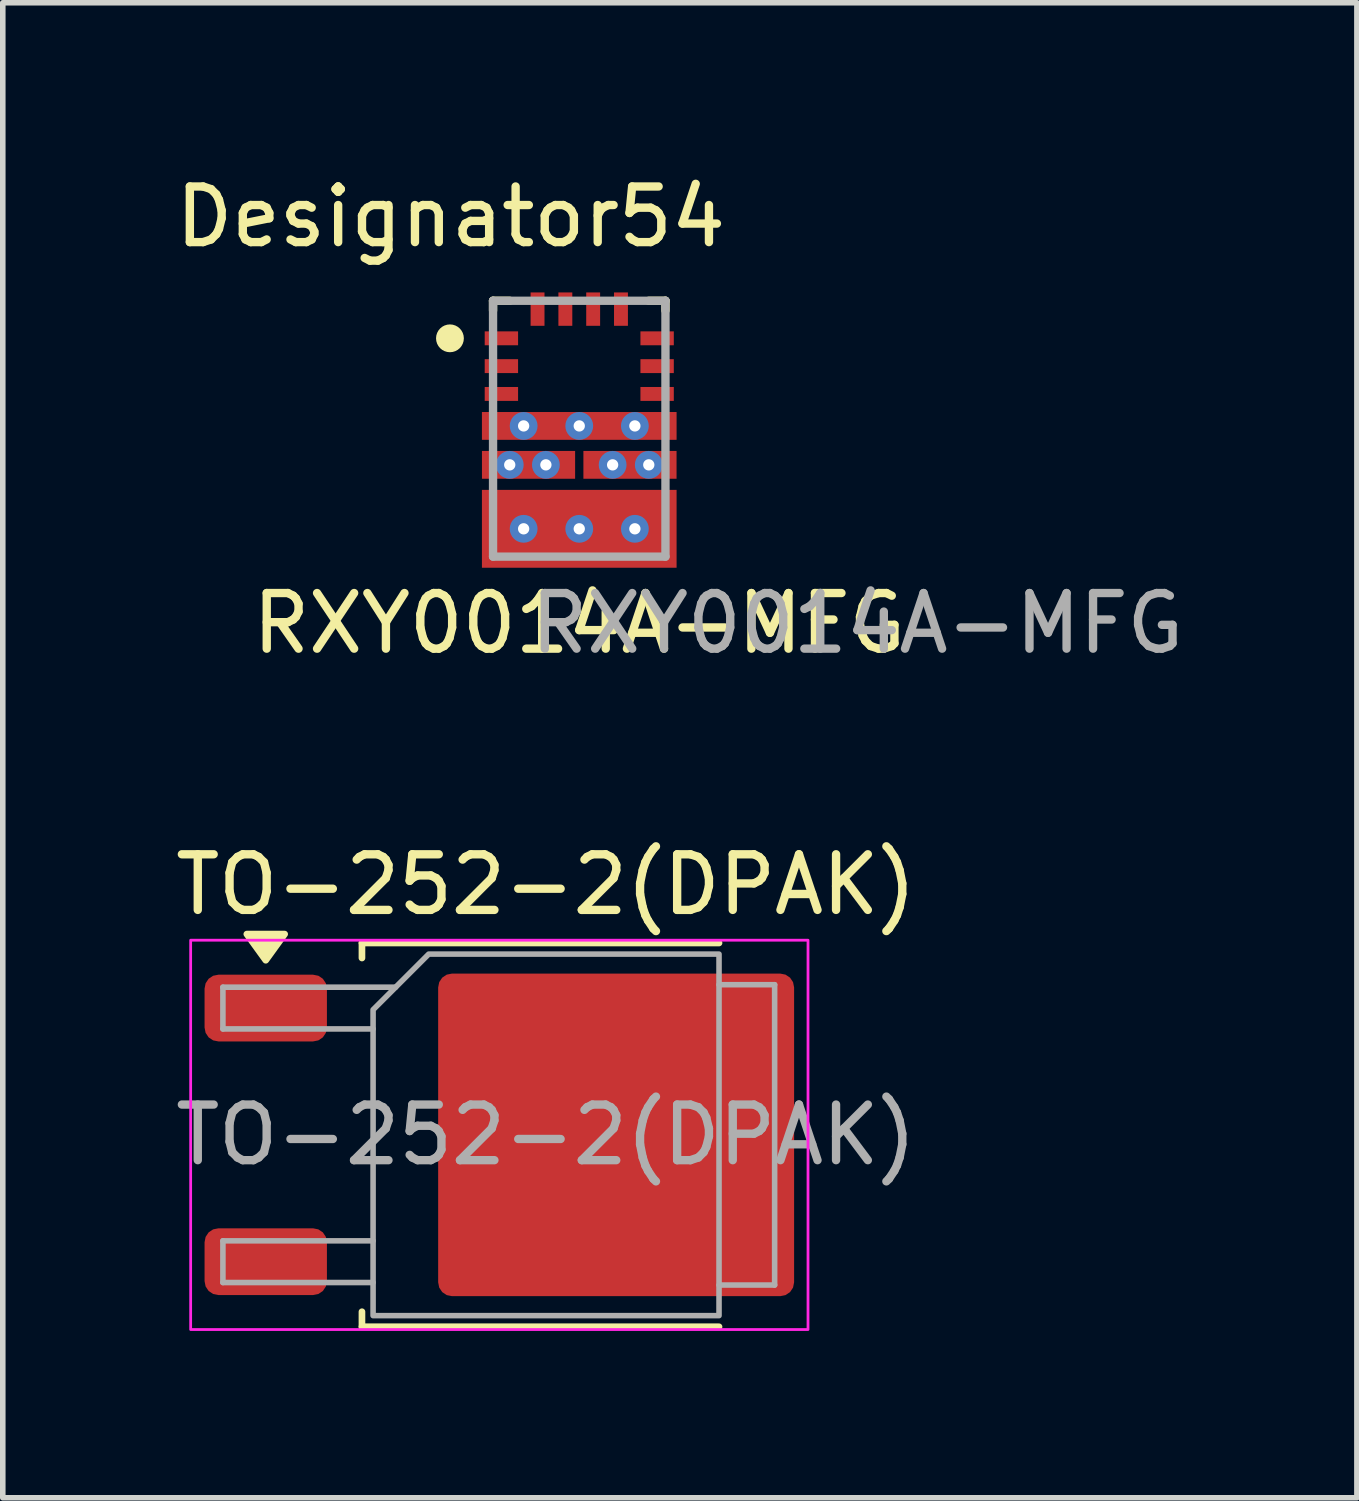
<source format=kicad_pcb>
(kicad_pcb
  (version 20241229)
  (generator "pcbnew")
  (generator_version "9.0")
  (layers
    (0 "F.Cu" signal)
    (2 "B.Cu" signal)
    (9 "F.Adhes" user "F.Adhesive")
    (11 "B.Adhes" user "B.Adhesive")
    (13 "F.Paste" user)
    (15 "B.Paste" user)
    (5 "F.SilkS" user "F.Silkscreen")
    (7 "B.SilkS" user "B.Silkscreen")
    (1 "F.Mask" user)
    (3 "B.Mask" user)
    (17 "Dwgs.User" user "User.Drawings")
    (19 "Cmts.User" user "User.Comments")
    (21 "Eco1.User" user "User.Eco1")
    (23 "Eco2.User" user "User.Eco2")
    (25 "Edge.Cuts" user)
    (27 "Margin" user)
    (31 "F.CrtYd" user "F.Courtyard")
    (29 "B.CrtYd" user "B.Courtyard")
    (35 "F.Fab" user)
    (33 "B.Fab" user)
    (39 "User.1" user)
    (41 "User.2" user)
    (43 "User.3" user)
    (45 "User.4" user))
  (footprint "TO-252-2(DPAK)"
    (layer "F.Cu")
    (at 6.768 17.355)
    (property "Reference" "TO-252-2(DPAK)" (at 0 -4.5 0) (layer "F.SilkS") (effects (font (size 1 1) (thickness 0.15))))
    (attr smd)
    (fp_line (start -3.31 -3.45) (end -3.31 -3.18) (stroke (width 0.12) (type solid)) (layer "F.SilkS"))
    (fp_line (start -3.31 3.45) (end -3.31 3.18) (stroke (width 0.12) (type solid)) (layer "F.SilkS"))
    (fp_line (start 3.11 -3.45) (end -3.31 -3.45) (stroke (width 0.12) (type solid)) (layer "F.SilkS"))
    (fp_line (start 3.11 3.45) (end -3.31 3.45) (stroke (width 0.12) (type solid)) (layer "F.SilkS"))
    (fp_poly (pts (xy -5.04 -3.14) (xy -5.38 -3.61) (xy -4.7 -3.61)) (stroke (width 0.12) (type solid)) (fill yes) (layer "F.SilkS"))
    (fp_rect (start -6.39 -3.5) (end 4.71 3.5) (stroke (width 0.05) (type solid)) (fill no) (layer "F.CrtYd"))
    (fp_line (start -5.81 -2.655) (end -5.81 -1.905) (stroke (width 0.1) (type solid)) (layer "F.Fab"))
    (fp_line (start -5.81 -1.905) (end -3.11 -1.905) (stroke (width 0.1) (type solid)) (layer "F.Fab"))
    (fp_line (start -5.81 1.905) (end -5.81 2.655) (stroke (width 0.1) (type solid)) (layer "F.Fab"))
    (fp_line (start -5.81 2.655) (end -3.11 2.655) (stroke (width 0.1) (type solid)) (layer "F.Fab"))
    (fp_line (start -3.11 1.905) (end -5.81 1.905) (stroke (width 0.1) (type solid)) (layer "F.Fab"))
    (fp_line (start -2.705 -2.655) (end -5.81 -2.655) (stroke (width 0.1) (type solid)) (layer "F.Fab"))
    (fp_line (start 3.11 -2.7) (end 4.11 -2.7) (stroke (width 0.1) (type solid)) (layer "F.Fab"))
    (fp_line (start 4.11 -2.7) (end 4.11 2.7) (stroke (width 0.1) (type solid)) (layer "F.Fab"))
    (fp_line (start 4.11 2.7) (end 3.11 2.7) (stroke (width 0.1) (type solid)) (layer "F.Fab"))
    (fp_poly (pts (xy 3.11 -3.25) (xy 3.11 3.25) (xy -3.11 3.25) (xy -3.11 -2.25) (xy -2.11 -3.25)) (stroke (width 0.1) (type solid)) (fill no) (layer "F.Fab"))
    (fp_text user "${REFERENCE}" (at 0 0 0) (layer "F.Fab") (effects (font (size 1 1) (thickness 0.15))))
    (pad "" smd roundrect (at -0.415 -1.525) (size 3.05 2.75) (layers "F.Paste") (roundrect_rratio 0.091))
    (pad "" smd roundrect (at -0.415 1.525) (size 3.05 2.75) (layers "F.Paste") (roundrect_rratio 0.091))
    (pad "" smd roundrect (at 2.935 -1.525) (size 3.05 2.75) (layers "F.Paste") (roundrect_rratio 0.091))
    (pad "" smd roundrect (at 2.935 1.525) (size 3.05 2.75) (layers "F.Paste") (roundrect_rratio 0.091))
    (pad "1" smd roundrect (at 1.26 0) (size 6.4 5.8) (layers "F.Cu" "F.Mask") (roundrect_rratio 0.043))
    (pad "2" smd roundrect (at -5.04 -2.28) (size 2.2 1.2) (layers "F.Cu" "F.Mask" "F.Paste") (roundrect_rratio 0.208))
    (pad "3" smd roundrect (at -5.04 2.28) (size 2.2 1.2) (layers "F.Cu" "F.Mask" "F.Paste") (roundrect_rratio 0.208)))
  (footprint "RXY0014A-MFG"
    (layer "F.Cu")
    (at 7.365 4.658)
    (property "Reference" "RXY0014A-MFG" (at 0 3.5 0) (unlocked yes) (layer "F.SilkS") (effects (font (size 1 1) (thickness 0.15))))
    (attr smd)
    (fp_poly (pts (xy -1.75 -1.2) (xy -1.65 -1.3) (xy -1.15 -1.3) (xy -1.05 -1.2) (xy -1.05 -1.05) (xy -1.15 -0.95) (xy -1.65 -0.95) (xy -1.75 -1.05)) (stroke (width 0) (type solid)) (fill yes) (layer "F.Mask"))
    (fp_poly (pts (xy -1.65 -0.8) (xy -1.15 -0.8) (xy -1.05 -0.7) (xy -1.05 -0.55) (xy -1.15 -0.45) (xy -1.65 -0.45) (xy -1.75 -0.55) (xy -1.75 -0.7)) (stroke (width 0) (type solid)) (fill yes) (layer "F.Mask"))
    (fp_poly (pts (xy -1.05 -1.7) (xy -1.05 -1.55) (xy -1.15 -1.45) (xy -1.65 -1.45) (xy -1.75 -1.55) (xy -1.75 -1.7) (xy -1.65 -1.8) (xy -1.15 -1.8)) (stroke (width 0) (type solid)) (fill yes) (layer "F.Mask"))
    (fp_poly (pts (xy -0.575 -2.4) (xy -0.575 -1.9) (xy -0.675 -1.8) (xy -0.825 -1.8) (xy -0.925 -1.9) (xy -0.925 -2.4) (xy -0.825 -2.5) (xy -0.675 -2.5)) (stroke (width 0) (type solid)) (fill yes) (layer "F.Mask"))
    (fp_poly (pts (xy -0.425 -1.9) (xy -0.425 -2.4) (xy -0.325 -2.5) (xy -0.175 -2.5) (xy -0.075 -2.4) (xy -0.075 -1.9) (xy -0.175 -1.8) (xy -0.325 -1.8)) (stroke (width 0) (type solid)) (fill yes) (layer "F.Mask"))
    (fp_poly (pts (xy 0.425 -1.9) (xy 0.325 -1.8) (xy 0.175 -1.8) (xy 0.075 -1.9) (xy 0.075 -2.4) (xy 0.175 -2.5) (xy 0.325 -2.5) (xy 0.425 -2.4)) (stroke (width 0) (type solid)) (fill yes) (layer "F.Mask"))
    (fp_poly (pts (xy 0.575 -1.9) (xy 0.575 -2.4) (xy 0.675 -2.5) (xy 0.825 -2.5) (xy 0.925 -2.4) (xy 0.925 -1.9) (xy 0.825 -1.8) (xy 0.675 -1.8)) (stroke (width 0) (type solid)) (fill yes) (layer "F.Mask"))
    (fp_poly (pts (xy 1.15 -1.45) (xy 1.05 -1.55) (xy 1.05 -1.7) (xy 1.15 -1.8) (xy 1.65 -1.8) (xy 1.75 -1.7) (xy 1.75 -1.55) (xy 1.65 -1.45)) (stroke (width 0) (type solid)) (fill yes) (layer "F.Mask"))
    (fp_poly (pts (xy 1.15 -0.8) (xy 1.65 -0.8) (xy 1.75 -0.7) (xy 1.75 -0.55) (xy 1.65 -0.45) (xy 1.15 -0.45) (xy 1.05 -0.55) (xy 1.05 -0.7)) (stroke (width 0) (type solid)) (fill yes) (layer "F.Mask"))
    (fp_poly (pts (xy 1.65 -1.3) (xy 1.75 -1.2) (xy 1.75 -1.05) (xy 1.65 -0.95) (xy 1.15 -0.95) (xy 1.05 -1.05) (xy 1.05 -1.2) (xy 1.15 -1.3)) (stroke (width 0) (type solid)) (fill yes) (layer "F.Mask"))
    (fp_poly (pts (xy -1.7 -0.125) (xy -1.65 -0.175) (xy -1.35 -0.175) (xy -1.35 -0.25) (xy -0.175 -0.25) (xy -0.125 -0.2) (xy -0.125 0.1) (xy -0.175 0.15) (xy -1.35 0.15) (xy -1.35 0.075) (xy -1.65 0.075) (xy -1.7 0.025)) (stroke (width 0) (type solid)) (fill yes) (layer "F.Mask"))
    (fp_poly (pts (xy -1.7 0.725) (xy -1.7 0.575) (xy -1.65 0.525) (xy -1.35 0.525) (xy -1.35 0.45) (xy -0.175 0.45) (xy -0.125 0.5) (xy -0.125 0.8) (xy -0.175 0.85) (xy -1.35 0.85) (xy -1.35 0.775) (xy -1.65 0.775)) (stroke (width 0) (type solid)) (fill yes) (layer "F.Mask"))
    (fp_poly (pts (xy 1.7 0.025) (xy 1.65 0.075) (xy 1.35 0.075) (xy 1.35 0.15) (xy 0.175 0.15) (xy 0.125 0.1) (xy 0.125 -0.2) (xy 0.175 -0.25) (xy 1.35 -0.25) (xy 1.35 -0.175) (xy 1.65 -0.175) (xy 1.7 -0.125)) (stroke (width 0) (type solid)) (fill yes) (layer "F.Mask"))
    (fp_poly (pts (xy 1.7 0.575) (xy 1.7 0.725) (xy 1.65 0.775) (xy 1.35 0.775) (xy 1.35 0.85) (xy 0.175 0.85) (xy 0.125 0.8) (xy 0.125 0.5) (xy 0.175 0.45) (xy 1.35 0.45) (xy 1.35 0.525) (xy 1.65 0.525)) (stroke (width 0) (type solid)) (fill yes) (layer "F.Mask"))
    (fp_poly (pts (xy -1.7 1.425) (xy -1.7 1.275) (xy -1.65 1.225) (xy -1.35 1.225) (xy -1.35 1.15) (xy 1.35 1.15) (xy 1.35 1.225) (xy 1.65 1.225) (xy 1.7 1.275) (xy 1.7 1.425) (xy 1.65 1.475) (xy 1.35 1.475) (xy 1.35 1.55) (xy 0.875 1.55) (xy 0.875 2.4) (xy 0.825 2.45) (xy 0.675 2.45) (xy 0.625 2.4) (xy 0.625 1.55) (xy 0.375 1.55) (xy 0.375 2.4) (xy 0.325 2.45) (xy 0.175 2.45) (xy 0.125 2.4) (xy 0.125 1.55) (xy -0.125 1.55) (xy -0.125 2.4) (xy -0.175 2.45) (xy -0.325 2.45) (xy -0.375 2.4) (xy -0.375 1.55) (xy -0.625 1.55) (xy -0.625 2.4) (xy -0.675 2.45) (xy -0.825 2.45) (xy -0.875 2.4) (xy -0.875 1.55) (xy -1.35 1.55) (xy -1.35 1.475) (xy -1.65 1.475)) (stroke (width 0) (type solid)) (fill yes) (layer "F.Mask"))
    (fp_line (start -1.55 -2.3) (end -1.25 -2.3) (stroke (width 0.15) (type solid)) (layer "F.SilkS"))
    (fp_line (start -1.55 -2.125) (end -1.55 -2.3) (stroke (width 0.15) (type solid)) (layer "F.SilkS"))
    (fp_line (start 1.25 -2.3) (end 1.55 -2.3) (stroke (width 0.15) (type solid)) (layer "F.SilkS"))
    (fp_line (start 1.55 -2.125) (end 1.55 -2.3) (stroke (width 0.15) (type solid)) (layer "F.SilkS"))
    (fp_circle (center -2.325 -1.625) (end -2.2 -1.625) (stroke (width 0.25) (type solid)) (fill no) (layer "F.SilkS"))
    (fp_poly (pts (xy -1.7 -0.125) (xy -1.65 -0.175) (xy -1.35 -0.175) (xy -1.35 -0.25) (xy -0.175 -0.25) (xy -0.125 -0.2) (xy -0.125 0.1) (xy -0.175 0.15) (xy -1.35 0.15) (xy -1.35 0.075) (xy -1.65 0.075) (xy -1.7 0.025)) (stroke (width 0) (type solid)) (fill yes) (layer "F.Paste"))
    (fp_poly (pts (xy -1.7 0.725) (xy -1.7 0.575) (xy -1.65 0.525) (xy -1.35 0.525) (xy -1.35 0.45) (xy -0.175 0.45) (xy -0.125 0.5) (xy -0.125 0.8) (xy -0.175 0.85) (xy -1.35 0.85) (xy -1.35 0.775) (xy -1.65 0.775)) (stroke (width 0) (type solid)) (fill yes) (layer "F.Paste"))
    (fp_poly (pts (xy 1.7 0.025) (xy 1.65 0.075) (xy 1.35 0.075) (xy 1.35 0.15) (xy 0.175 0.15) (xy 0.125 0.1) (xy 0.125 -0.2) (xy 0.175 -0.25) (xy 1.35 -0.25) (xy 1.35 -0.175) (xy 1.65 -0.175) (xy 1.7 -0.125)) (stroke (width 0) (type solid)) (fill yes) (layer "F.Paste"))
    (fp_poly (pts (xy 1.7 0.575) (xy 1.7 0.725) (xy 1.65 0.775) (xy 1.35 0.775) (xy 1.35 0.85) (xy 0.175 0.85) (xy 0.125 0.8) (xy 0.125 0.5) (xy 0.175 0.45) (xy 1.35 0.45) (xy 1.35 0.525) (xy 1.65 0.525)) (stroke (width 0) (type solid)) (fill yes) (layer "F.Paste"))
    (fp_poly (pts (xy -1.7 1.425) (xy -1.7 1.275) (xy -1.65 1.225) (xy -1.35 1.225) (xy -1.35 1.15) (xy 1.35 1.15) (xy 1.35 1.225) (xy 1.65 1.225) (xy 1.7 1.275) (xy 1.7 1.425) (xy 1.65 1.475) (xy 1.35 1.475) (xy 1.35 1.55) (xy 0.875 1.55) (xy 0.875 2.4) (xy 0.825 2.45) (xy 0.675 2.45) (xy 0.625 2.4) (xy 0.625 1.55) (xy 0.375 1.55) (xy 0.375 2.4) (xy 0.325 2.45) (xy 0.175 2.45) (xy 0.125 2.4) (xy 0.125 1.55) (xy -0.125 1.55) (xy -0.125 2.4) (xy -0.175 2.45) (xy -0.325 2.45) (xy -0.375 2.4) (xy -0.375 1.55) (xy -0.625 1.55) (xy -0.625 2.4) (xy -0.675 2.45) (xy -0.825 2.45) (xy -0.875 2.4) (xy -0.875 1.55) (xy -1.35 1.55) (xy -1.35 1.475) (xy -1.65 1.475)) (stroke (width 0) (type solid)) (fill yes) (layer "F.Paste"))
    (fp_line (start -1.55 -2.3) (end 1.55 -2.3) (stroke (width 0.15) (type solid)) (layer "F.Fab"))
    (fp_line (start -1.55 2.3) (end -1.55 -2.3) (stroke (width 0.15) (type solid)) (layer "F.Fab"))
    (fp_line (start -1.55 2.3) (end 1.55 2.3) (stroke (width 0.15) (type solid)) (layer "F.Fab"))
    (fp_line (start 1.55 2.3) (end 1.55 -2.3) (stroke (width 0.15) (type solid)) (layer "F.Fab"))
    (fp_text user "Designator54" (at -2.311 -3.81 0) (unlocked yes) (layer "F.SilkS") (effects (font (size 1 1) (thickness 0.15))))
    (fp_text user "${REFERENCE}" (at 5 3.5 0) (unlocked yes) (layer "F.Fab") (effects (font (size 1 1) (thickness 0.15))))
    (pad "1" smd rect (at -1.4 -1.625) (size 0.6 0.25) (layers "F.Cu" "F.Paste"))
    (pad "2" smd rect (at -1.4 -1.125) (size 0.6 0.25) (layers "F.Cu" "F.Paste"))
    (pad "3" smd rect (at -1.4 -0.625) (size 0.6 0.25) (layers "F.Cu" "F.Paste"))
    (pad "4" smd rect (at 0 -0.05) (size 3.5 0.5) (layers "F.Cu"))
    (pad "5" smd rect (at -0.912 0.65) (size 1.675 0.5) (layers "F.Cu"))
    (pad "6" smd rect (at 0 1.8) (size 3.5 1.4) (layers "F.Cu"))
    (pad "7" smd rect (at 0.912 0.65) (size 1.675 0.5) (layers "F.Cu"))
    (pad "8" smd rect (at 1.4 -0.625) (size 0.6 0.25) (layers "F.Cu" "F.Paste"))
    (pad "9" smd rect (at 1.4 -1.125) (size 0.6 0.25) (layers "F.Cu" "F.Paste"))
    (pad "10" smd rect (at 1.4 -1.625) (size 0.6 0.25) (layers "F.Cu" "F.Paste"))
    (pad "11" smd rect (at 0.75 -2.15) (size 0.25 0.6) (layers "F.Cu" "F.Paste"))
    (pad "12" smd rect (at 0.25 -2.15) (size 0.25 0.6) (layers "F.Cu" "F.Paste"))
    (pad "13" smd rect (at -0.25 -2.15) (size 0.25 0.6) (layers "F.Cu" "F.Paste"))
    (pad "14" smd rect (at -0.75 -2.15) (size 0.25 0.6) (layers "F.Cu" "F.Paste"))
    (pad "15" thru_hole circle (at -1 -0.05) (size 0.5 0.5) (drill 0.203) (layers "*.Cu" "*.Mask"))
    (pad "16" thru_hole circle (at 1 -0.05) (size 0.5 0.5) (drill 0.203) (layers "*.Cu" "*.Mask"))
    (pad "17" thru_hole circle (at 0 -0.05) (size 0.5 0.5) (drill 0.203) (layers "*.Cu" "*.Mask"))
    (pad "18" thru_hole circle (at -1.25 0.65) (size 0.5 0.5) (drill 0.203) (layers "*.Cu" "*.Mask"))
    (pad "18" thru_hole circle (at -0.6 0.65) (size 0.5 0.5) (drill 0.203) (layers "*.Cu" "*.Mask"))
    (pad "20" thru_hole circle (at 0.6 0.65) (size 0.5 0.5) (drill 0.203) (layers "*.Cu" "*.Mask"))
    (pad "20" thru_hole circle (at 1.25 0.65) (size 0.5 0.5) (drill 0.203) (layers "*.Cu" "*.Mask"))
    (pad "22" thru_hole circle (at -1 1.8) (size 0.5 0.5) (drill 0.203) (layers "*.Cu" "*.Mask"))
    (pad "23" thru_hole circle (at 0 1.8) (size 0.5 0.5) (drill 0.203) (layers "*.Cu" "*.Mask"))
    (pad "23" thru_hole circle (at 1 1.8) (size 0.5 0.5) (drill 0.203) (layers "*.Cu" "*.Mask")))
  (gr_rect
    (start -3 -3)
    (end 21.347 23.88)
    (stroke (width 0.1) (type default))
    (fill no)
    (layer "Edge.Cuts")))
</source>
